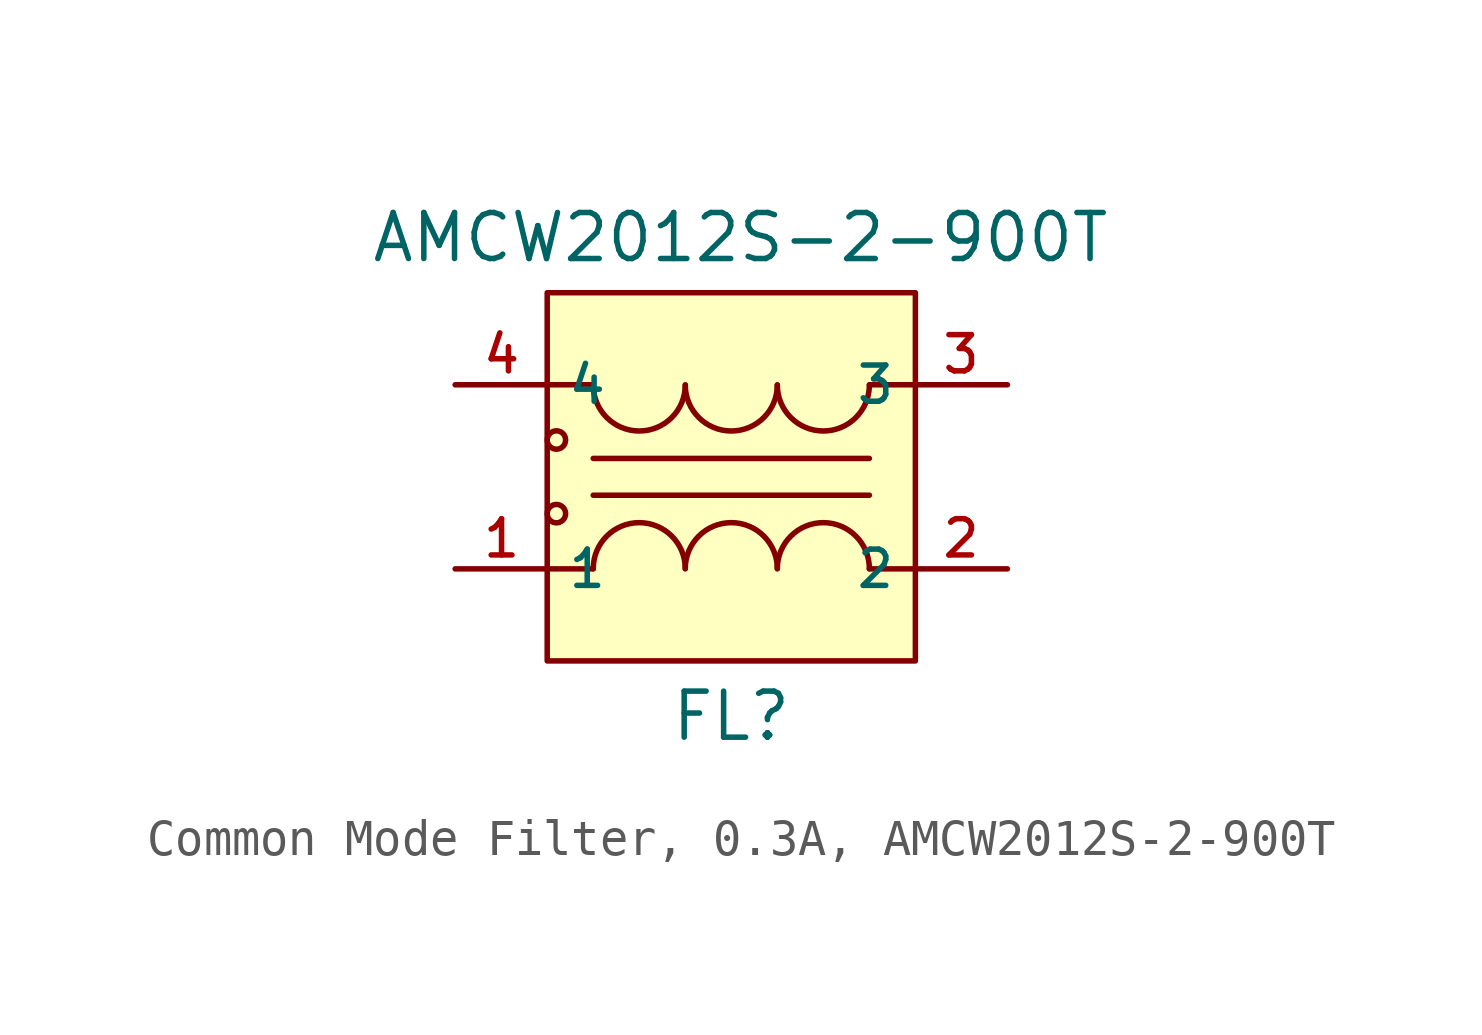
<source format=kicad_sym>
(kicad_symbol_lib
  (version 20231120)
  (generator "CDFER_Archive_Tool")
  (generator_version "0.0")
  (symbol "Common Mode Filter, 0.3A, AMCW2012S-2-900T"
    (property "Reference" "FL"
      (at 0 -6.604 0)
      (effects (font (size 1.27 1.27))))
    (property "Value" "AMCW2012S-2-900T"
      (at 0.254 6.604 0)
      (effects (font (size 1.27 1.27))))
    (symbol "Common Mode Filter, 0.3A, AMCW2012S-2-900T_0_1"
      (circle (center -4.826 -1.016) (radius 0.254) (stroke (width 0) (type default)) (fill (type background)))
      (circle (center -4.826 1.016) (radius 0.254) (stroke (width 0) (type default)) (fill (type background)))
      (arc (start -3.81 2.5345) (mid -2.54 1.27) (end -1.27 2.5345) (stroke (width 0) (type default)) (fill (type none)))
      (arc (start -1.27 -2.5345) (mid -2.54 -1.27) (end -3.81 -2.5345) (stroke (width 0) (type default)) (fill (type none)))
      (arc (start -1.27 2.5345) (mid 0 1.27) (end 1.27 2.5345) (stroke (width 0) (type default)) (fill (type none)))
      (polyline (pts (xy -3.81 -2.54) (xy -5.08 -2.54)) (stroke (width 0) (type default)) (fill (type none)))
      (polyline (pts (xy -3.81 -0.508) (xy 3.81 -0.508)) (stroke (width 0) (type default)) (fill (type none)))
      (polyline (pts (xy -3.81 0.508) (xy 3.81 0.508)) (stroke (width 0) (type default)) (fill (type none)))
      (polyline (pts (xy -3.81 2.54) (xy -5.08 2.54)) (stroke (width 0) (type default)) (fill (type none)))
      (polyline (pts (xy 5.08 -2.54) (xy 3.81 -2.54)) (stroke (width 0) (type default)) (fill (type none)))
      (polyline (pts (xy 5.08 2.54) (xy 3.81 2.54)) (stroke (width 0) (type default)) (fill (type none)))
      (arc (start 1.27 -2.5345) (mid 0 -1.27) (end -1.27 -2.5345) (stroke (width 0) (type default)) (fill (type none)))
      (arc (start 1.27 2.5345) (mid 2.54 1.27) (end 3.81 2.5345) (stroke (width 0) (type default)) (fill (type none)))
      (arc (start 3.81 -2.5345) (mid 2.54 -1.27) (end 1.27 -2.5345) (stroke (width 0) (type default)) (fill (type none))))
    (symbol "Common Mode Filter, 0.3A, AMCW2012S-2-900T_1_1"
      (rectangle (start -5.08 5.08) (end 5.08 -5.08) (stroke (width 0) (type default)) (fill (type background)))
      (pin unspecified line (at -7.62 -2.54 0) (length 2.56) (name "1" (effects (font (size 1 1)))) (number "1" (effects (font (size 1 1)))))
      (pin unspecified line (at 7.62 -2.54 180) (length 2.56) (name "2" (effects (font (size 1 1)))) (number "2" (effects (font (size 1 1)))))
      (pin unspecified line (at 7.62 2.54 180) (length 2.56) (name "3" (effects (font (size 1 1)))) (number "3" (effects (font (size 1 1)))))
      (pin unspecified line (at -7.62 2.54 0) (length 2.56) (name "4" (effects (font (size 1 1)))) (number "4" (effects (font (size 1 1))))))))
</source>
